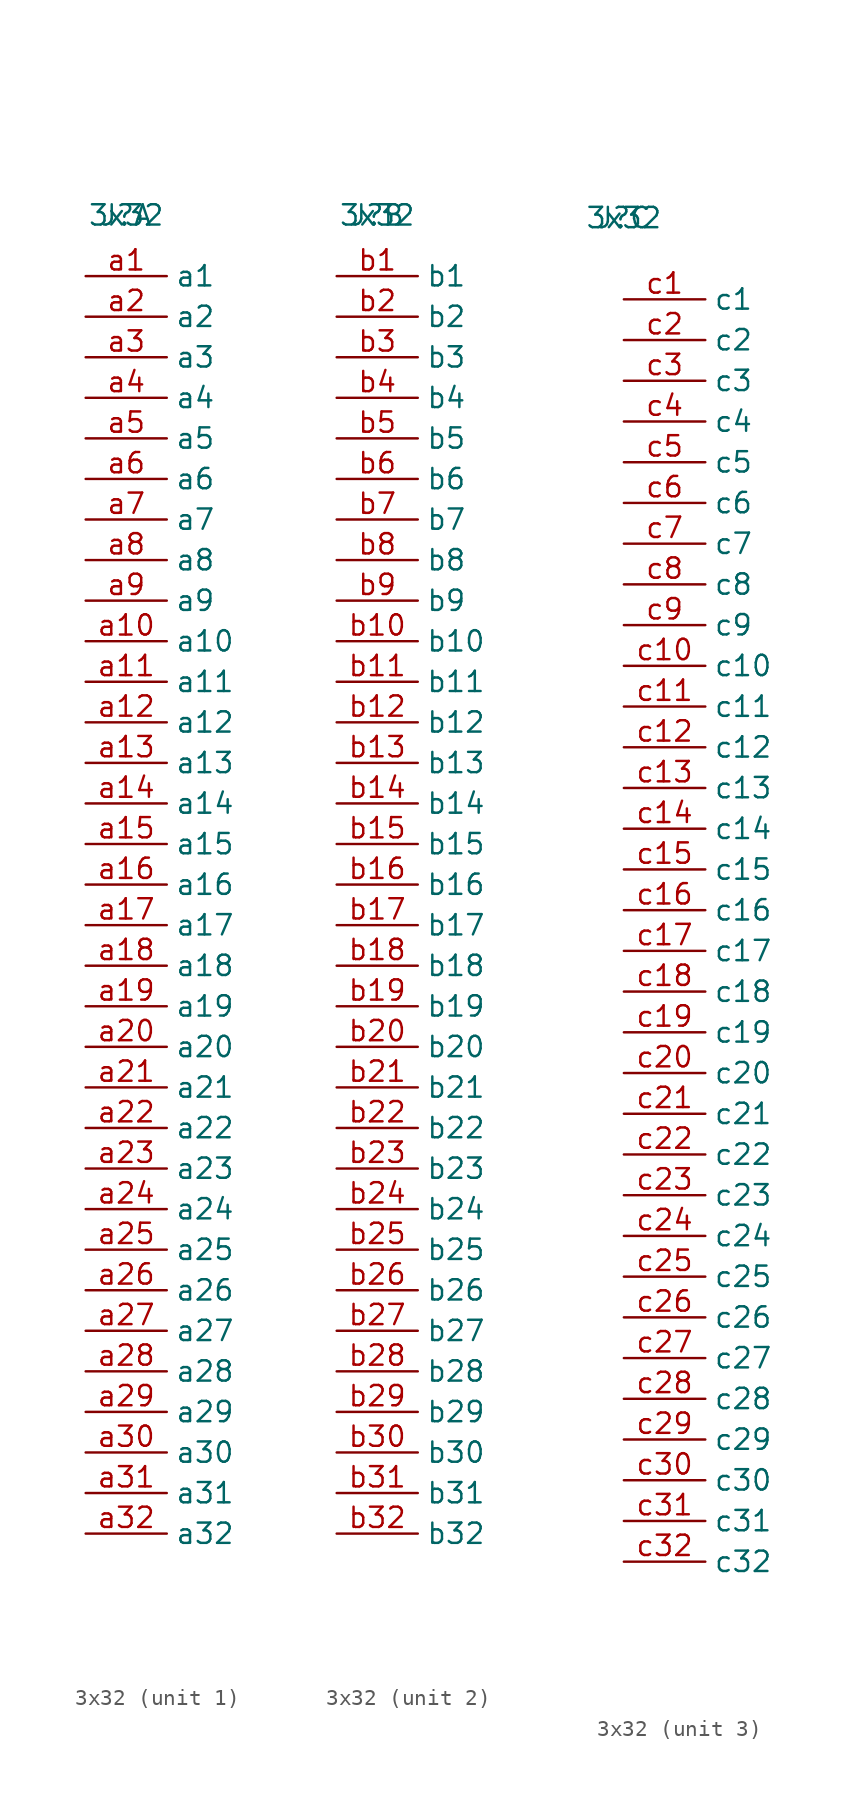
<source format=kicad_sym>
(kicad_symbol_lib
  (version 20211014)
  (generator kicad_symbol_editor)
  (symbol "3x32"
    (property "Reference" "J"
      (at 0 0 0)
      (effects (font (size 1.27 1.27))))
    (property "Value" "3x32"
      (at 0 0 0)
      (effects (font (size 1.27 1.27))))
    (symbol "3x32_1_1"
      (pin bidirectional line (at -2.54 -3.81 0) (length 5.08) (name "a1" (effects (font (size 1.27 1.27)))) (number "a1" (effects (font (size 1.27 1.27)))))
      (pin bidirectional line (at -2.54 -26.67 0) (length 5.08) (name "a10" (effects (font (size 1.27 1.27)))) (number "a10" (effects (font (size 1.27 1.27)))))
      (pin bidirectional line (at -2.54 -29.21 0) (length 5.08) (name "a11" (effects (font (size 1.27 1.27)))) (number "a11" (effects (font (size 1.27 1.27)))))
      (pin bidirectional line (at -2.54 -31.75 0) (length 5.08) (name "a12" (effects (font (size 1.27 1.27)))) (number "a12" (effects (font (size 1.27 1.27)))))
      (pin bidirectional line (at -2.54 -34.29 0) (length 5.08) (name "a13" (effects (font (size 1.27 1.27)))) (number "a13" (effects (font (size 1.27 1.27)))))
      (pin bidirectional line (at -2.54 -36.83 0) (length 5.08) (name "a14" (effects (font (size 1.27 1.27)))) (number "a14" (effects (font (size 1.27 1.27)))))
      (pin bidirectional line (at -2.54 -39.37 0) (length 5.08) (name "a15" (effects (font (size 1.27 1.27)))) (number "a15" (effects (font (size 1.27 1.27)))))
      (pin bidirectional line (at -2.54 -41.91 0) (length 5.08) (name "a16" (effects (font (size 1.27 1.27)))) (number "a16" (effects (font (size 1.27 1.27)))))
      (pin bidirectional line (at -2.54 -44.45 0) (length 5.08) (name "a17" (effects (font (size 1.27 1.27)))) (number "a17" (effects (font (size 1.27 1.27)))))
      (pin bidirectional line (at -2.54 -46.99 0) (length 5.08) (name "a18" (effects (font (size 1.27 1.27)))) (number "a18" (effects (font (size 1.27 1.27)))))
      (pin bidirectional line (at -2.54 -49.53 0) (length 5.08) (name "a19" (effects (font (size 1.27 1.27)))) (number "a19" (effects (font (size 1.27 1.27)))))
      (pin bidirectional line (at -2.54 -6.35 0) (length 5.08) (name "a2" (effects (font (size 1.27 1.27)))) (number "a2" (effects (font (size 1.27 1.27)))))
      (pin bidirectional line (at -2.54 -52.07 0) (length 5.08) (name "a20" (effects (font (size 1.27 1.27)))) (number "a20" (effects (font (size 1.27 1.27)))))
      (pin bidirectional line (at -2.54 -54.61 0) (length 5.08) (name "a21" (effects (font (size 1.27 1.27)))) (number "a21" (effects (font (size 1.27 1.27)))))
      (pin bidirectional line (at -2.54 -57.15 0) (length 5.08) (name "a22" (effects (font (size 1.27 1.27)))) (number "a22" (effects (font (size 1.27 1.27)))))
      (pin bidirectional line (at -2.54 -59.69 0) (length 5.08) (name "a23" (effects (font (size 1.27 1.27)))) (number "a23" (effects (font (size 1.27 1.27)))))
      (pin bidirectional line (at -2.54 -62.23 0) (length 5.08) (name "a24" (effects (font (size 1.27 1.27)))) (number "a24" (effects (font (size 1.27 1.27)))))
      (pin bidirectional line (at -2.54 -64.77 0) (length 5.08) (name "a25" (effects (font (size 1.27 1.27)))) (number "a25" (effects (font (size 1.27 1.27)))))
      (pin bidirectional line (at -2.54 -67.31 0) (length 5.08) (name "a26" (effects (font (size 1.27 1.27)))) (number "a26" (effects (font (size 1.27 1.27)))))
      (pin bidirectional line (at -2.54 -69.85 0) (length 5.08) (name "a27" (effects (font (size 1.27 1.27)))) (number "a27" (effects (font (size 1.27 1.27)))))
      (pin bidirectional line (at -2.54 -72.39 0) (length 5.08) (name "a28" (effects (font (size 1.27 1.27)))) (number "a28" (effects (font (size 1.27 1.27)))))
      (pin bidirectional line (at -2.54 -74.93 0) (length 5.08) (name "a29" (effects (font (size 1.27 1.27)))) (number "a29" (effects (font (size 1.27 1.27)))))
      (pin bidirectional line (at -2.54 -8.89 0) (length 5.08) (name "a3" (effects (font (size 1.27 1.27)))) (number "a3" (effects (font (size 1.27 1.27)))))
      (pin bidirectional line (at -2.54 -77.47 0) (length 5.08) (name "a30" (effects (font (size 1.27 1.27)))) (number "a30" (effects (font (size 1.27 1.27)))))
      (pin bidirectional line (at -2.54 -80.01 0) (length 5.08) (name "a31" (effects (font (size 1.27 1.27)))) (number "a31" (effects (font (size 1.27 1.27)))))
      (pin bidirectional line (at -2.54 -82.55 0) (length 5.08) (name "a32" (effects (font (size 1.27 1.27)))) (number "a32" (effects (font (size 1.27 1.27)))))
      (pin bidirectional line (at -2.54 -11.43 0) (length 5.08) (name "a4" (effects (font (size 1.27 1.27)))) (number "a4" (effects (font (size 1.27 1.27)))))
      (pin bidirectional line (at -2.54 -13.97 0) (length 5.08) (name "a5" (effects (font (size 1.27 1.27)))) (number "a5" (effects (font (size 1.27 1.27)))))
      (pin bidirectional line (at -2.54 -16.51 0) (length 5.08) (name "a6" (effects (font (size 1.27 1.27)))) (number "a6" (effects (font (size 1.27 1.27)))))
      (pin bidirectional line (at -2.54 -19.05 0) (length 5.08) (name "a7" (effects (font (size 1.27 1.27)))) (number "a7" (effects (font (size 1.27 1.27)))))
      (pin bidirectional line (at -2.54 -21.59 0) (length 5.08) (name "a8" (effects (font (size 1.27 1.27)))) (number "a8" (effects (font (size 1.27 1.27)))))
      (pin bidirectional line (at -2.54 -24.13 0) (length 5.08) (name "a9" (effects (font (size 1.27 1.27)))) (number "a9" (effects (font (size 1.27 1.27))))))
    (symbol "3x32_2_1"
      (pin bidirectional line (at -2.54 -3.81 0) (length 5.08) (name "b1" (effects (font (size 1.27 1.27)))) (number "b1" (effects (font (size 1.27 1.27)))))
      (pin bidirectional line (at -2.54 -26.67 0) (length 5.08) (name "b10" (effects (font (size 1.27 1.27)))) (number "b10" (effects (font (size 1.27 1.27)))))
      (pin bidirectional line (at -2.54 -29.21 0) (length 5.08) (name "b11" (effects (font (size 1.27 1.27)))) (number "b11" (effects (font (size 1.27 1.27)))))
      (pin bidirectional line (at -2.54 -31.75 0) (length 5.08) (name "b12" (effects (font (size 1.27 1.27)))) (number "b12" (effects (font (size 1.27 1.27)))))
      (pin bidirectional line (at -2.54 -34.29 0) (length 5.08) (name "b13" (effects (font (size 1.27 1.27)))) (number "b13" (effects (font (size 1.27 1.27)))))
      (pin bidirectional line (at -2.54 -36.83 0) (length 5.08) (name "b14" (effects (font (size 1.27 1.27)))) (number "b14" (effects (font (size 1.27 1.27)))))
      (pin bidirectional line (at -2.54 -39.37 0) (length 5.08) (name "b15" (effects (font (size 1.27 1.27)))) (number "b15" (effects (font (size 1.27 1.27)))))
      (pin bidirectional line (at -2.54 -41.91 0) (length 5.08) (name "b16" (effects (font (size 1.27 1.27)))) (number "b16" (effects (font (size 1.27 1.27)))))
      (pin bidirectional line (at -2.54 -44.45 0) (length 5.08) (name "b17" (effects (font (size 1.27 1.27)))) (number "b17" (effects (font (size 1.27 1.27)))))
      (pin bidirectional line (at -2.54 -46.99 0) (length 5.08) (name "b18" (effects (font (size 1.27 1.27)))) (number "b18" (effects (font (size 1.27 1.27)))))
      (pin bidirectional line (at -2.54 -49.53 0) (length 5.08) (name "b19" (effects (font (size 1.27 1.27)))) (number "b19" (effects (font (size 1.27 1.27)))))
      (pin bidirectional line (at -2.54 -6.35 0) (length 5.08) (name "b2" (effects (font (size 1.27 1.27)))) (number "b2" (effects (font (size 1.27 1.27)))))
      (pin bidirectional line (at -2.54 -52.07 0) (length 5.08) (name "b20" (effects (font (size 1.27 1.27)))) (number "b20" (effects (font (size 1.27 1.27)))))
      (pin bidirectional line (at -2.54 -54.61 0) (length 5.08) (name "b21" (effects (font (size 1.27 1.27)))) (number "b21" (effects (font (size 1.27 1.27)))))
      (pin bidirectional line (at -2.54 -57.15 0) (length 5.08) (name "b22" (effects (font (size 1.27 1.27)))) (number "b22" (effects (font (size 1.27 1.27)))))
      (pin bidirectional line (at -2.54 -59.69 0) (length 5.08) (name "b23" (effects (font (size 1.27 1.27)))) (number "b23" (effects (font (size 1.27 1.27)))))
      (pin bidirectional line (at -2.54 -62.23 0) (length 5.08) (name "b24" (effects (font (size 1.27 1.27)))) (number "b24" (effects (font (size 1.27 1.27)))))
      (pin bidirectional line (at -2.54 -64.77 0) (length 5.08) (name "b25" (effects (font (size 1.27 1.27)))) (number "b25" (effects (font (size 1.27 1.27)))))
      (pin bidirectional line (at -2.54 -67.31 0) (length 5.08) (name "b26" (effects (font (size 1.27 1.27)))) (number "b26" (effects (font (size 1.27 1.27)))))
      (pin bidirectional line (at -2.54 -69.85 0) (length 5.08) (name "b27" (effects (font (size 1.27 1.27)))) (number "b27" (effects (font (size 1.27 1.27)))))
      (pin bidirectional line (at -2.54 -72.39 0) (length 5.08) (name "b28" (effects (font (size 1.27 1.27)))) (number "b28" (effects (font (size 1.27 1.27)))))
      (pin bidirectional line (at -2.54 -74.93 0) (length 5.08) (name "b29" (effects (font (size 1.27 1.27)))) (number "b29" (effects (font (size 1.27 1.27)))))
      (pin bidirectional line (at -2.54 -8.89 0) (length 5.08) (name "b3" (effects (font (size 1.27 1.27)))) (number "b3" (effects (font (size 1.27 1.27)))))
      (pin bidirectional line (at -2.54 -77.47 0) (length 5.08) (name "b30" (effects (font (size 1.27 1.27)))) (number "b30" (effects (font (size 1.27 1.27)))))
      (pin bidirectional line (at -2.54 -80.01 0) (length 5.08) (name "b31" (effects (font (size 1.27 1.27)))) (number "b31" (effects (font (size 1.27 1.27)))))
      (pin bidirectional line (at -2.54 -82.55 0) (length 5.08) (name "b32" (effects (font (size 1.27 1.27)))) (number "b32" (effects (font (size 1.27 1.27)))))
      (pin bidirectional line (at -2.54 -11.43 0) (length 5.08) (name "b4" (effects (font (size 1.27 1.27)))) (number "b4" (effects (font (size 1.27 1.27)))))
      (pin bidirectional line (at -2.54 -13.97 0) (length 5.08) (name "b5" (effects (font (size 1.27 1.27)))) (number "b5" (effects (font (size 1.27 1.27)))))
      (pin bidirectional line (at -2.54 -16.51 0) (length 5.08) (name "b6" (effects (font (size 1.27 1.27)))) (number "b6" (effects (font (size 1.27 1.27)))))
      (pin bidirectional line (at -2.54 -19.05 0) (length 5.08) (name "b7" (effects (font (size 1.27 1.27)))) (number "b7" (effects (font (size 1.27 1.27)))))
      (pin bidirectional line (at -2.54 -21.59 0) (length 5.08) (name "b8" (effects (font (size 1.27 1.27)))) (number "b8" (effects (font (size 1.27 1.27)))))
      (pin bidirectional line (at -2.54 -24.13 0) (length 5.08) (name "b9" (effects (font (size 1.27 1.27)))) (number "b9" (effects (font (size 1.27 1.27))))))
    (symbol "3x32_3_1"
      (pin bidirectional line (at 0 -5.08 0) (length 5.08) (name "c1" (effects (font (size 1.27 1.27)))) (number "c1" (effects (font (size 1.27 1.27)))))
      (pin bidirectional line (at 0 -27.94 0) (length 5.08) (name "c10" (effects (font (size 1.27 1.27)))) (number "c10" (effects (font (size 1.27 1.27)))))
      (pin bidirectional line (at 0 -30.48 0) (length 5.08) (name "c11" (effects (font (size 1.27 1.27)))) (number "c11" (effects (font (size 1.27 1.27)))))
      (pin bidirectional line (at 0 -33.02 0) (length 5.08) (name "c12" (effects (font (size 1.27 1.27)))) (number "c12" (effects (font (size 1.27 1.27)))))
      (pin bidirectional line (at 0 -35.56 0) (length 5.08) (name "c13" (effects (font (size 1.27 1.27)))) (number "c13" (effects (font (size 1.27 1.27)))))
      (pin bidirectional line (at 0 -38.1 0) (length 5.08) (name "c14" (effects (font (size 1.27 1.27)))) (number "c14" (effects (font (size 1.27 1.27)))))
      (pin bidirectional line (at 0 -40.64 0) (length 5.08) (name "c15" (effects (font (size 1.27 1.27)))) (number "c15" (effects (font (size 1.27 1.27)))))
      (pin bidirectional line (at 0 -43.18 0) (length 5.08) (name "c16" (effects (font (size 1.27 1.27)))) (number "c16" (effects (font (size 1.27 1.27)))))
      (pin bidirectional line (at 0 -45.72 0) (length 5.08) (name "c17" (effects (font (size 1.27 1.27)))) (number "c17" (effects (font (size 1.27 1.27)))))
      (pin bidirectional line (at 0 -48.26 0) (length 5.08) (name "c18" (effects (font (size 1.27 1.27)))) (number "c18" (effects (font (size 1.27 1.27)))))
      (pin bidirectional line (at 0 -50.8 0) (length 5.08) (name "c19" (effects (font (size 1.27 1.27)))) (number "c19" (effects (font (size 1.27 1.27)))))
      (pin bidirectional line (at 0 -7.62 0) (length 5.08) (name "c2" (effects (font (size 1.27 1.27)))) (number "c2" (effects (font (size 1.27 1.27)))))
      (pin bidirectional line (at 0 -53.34 0) (length 5.08) (name "c20" (effects (font (size 1.27 1.27)))) (number "c20" (effects (font (size 1.27 1.27)))))
      (pin bidirectional line (at 0 -55.88 0) (length 5.08) (name "c21" (effects (font (size 1.27 1.27)))) (number "c21" (effects (font (size 1.27 1.27)))))
      (pin bidirectional line (at 0 -58.42 0) (length 5.08) (name "c22" (effects (font (size 1.27 1.27)))) (number "c22" (effects (font (size 1.27 1.27)))))
      (pin bidirectional line (at 0 -60.96 0) (length 5.08) (name "c23" (effects (font (size 1.27 1.27)))) (number "c23" (effects (font (size 1.27 1.27)))))
      (pin bidirectional line (at 0 -63.5 0) (length 5.08) (name "c24" (effects (font (size 1.27 1.27)))) (number "c24" (effects (font (size 1.27 1.27)))))
      (pin bidirectional line (at 0 -66.04 0) (length 5.08) (name "c25" (effects (font (size 1.27 1.27)))) (number "c25" (effects (font (size 1.27 1.27)))))
      (pin bidirectional line (at 0 -68.58 0) (length 5.08) (name "c26" (effects (font (size 1.27 1.27)))) (number "c26" (effects (font (size 1.27 1.27)))))
      (pin bidirectional line (at 0 -71.12 0) (length 5.08) (name "c27" (effects (font (size 1.27 1.27)))) (number "c27" (effects (font (size 1.27 1.27)))))
      (pin bidirectional line (at 0 -73.66 0) (length 5.08) (name "c28" (effects (font (size 1.27 1.27)))) (number "c28" (effects (font (size 1.27 1.27)))))
      (pin bidirectional line (at 0 -76.2 0) (length 5.08) (name "c29" (effects (font (size 1.27 1.27)))) (number "c29" (effects (font (size 1.27 1.27)))))
      (pin bidirectional line (at 0 -10.16 0) (length 5.08) (name "c3" (effects (font (size 1.27 1.27)))) (number "c3" (effects (font (size 1.27 1.27)))))
      (pin bidirectional line (at 0 -78.74 0) (length 5.08) (name "c30" (effects (font (size 1.27 1.27)))) (number "c30" (effects (font (size 1.27 1.27)))))
      (pin bidirectional line (at 0 -81.28 0) (length 5.08) (name "c31" (effects (font (size 1.27 1.27)))) (number "c31" (effects (font (size 1.27 1.27)))))
      (pin bidirectional line (at 0 -83.82 0) (length 5.08) (name "c32" (effects (font (size 1.27 1.27)))) (number "c32" (effects (font (size 1.27 1.27)))))
      (pin bidirectional line (at 0 -12.7 0) (length 5.08) (name "c4" (effects (font (size 1.27 1.27)))) (number "c4" (effects (font (size 1.27 1.27)))))
      (pin bidirectional line (at 0 -15.24 0) (length 5.08) (name "c5" (effects (font (size 1.27 1.27)))) (number "c5" (effects (font (size 1.27 1.27)))))
      (pin bidirectional line (at 0 -17.78 0) (length 5.08) (name "c6" (effects (font (size 1.27 1.27)))) (number "c6" (effects (font (size 1.27 1.27)))))
      (pin bidirectional line (at 0 -20.32 0) (length 5.08) (name "c7" (effects (font (size 1.27 1.27)))) (number "c7" (effects (font (size 1.27 1.27)))))
      (pin bidirectional line (at 0 -22.86 0) (length 5.08) (name "c8" (effects (font (size 1.27 1.27)))) (number "c8" (effects (font (size 1.27 1.27)))))
      (pin bidirectional line (at 0 -25.4 0) (length 5.08) (name "c9" (effects (font (size 1.27 1.27)))) (number "c9" (effects (font (size 1.27 1.27))))))))
</source>
